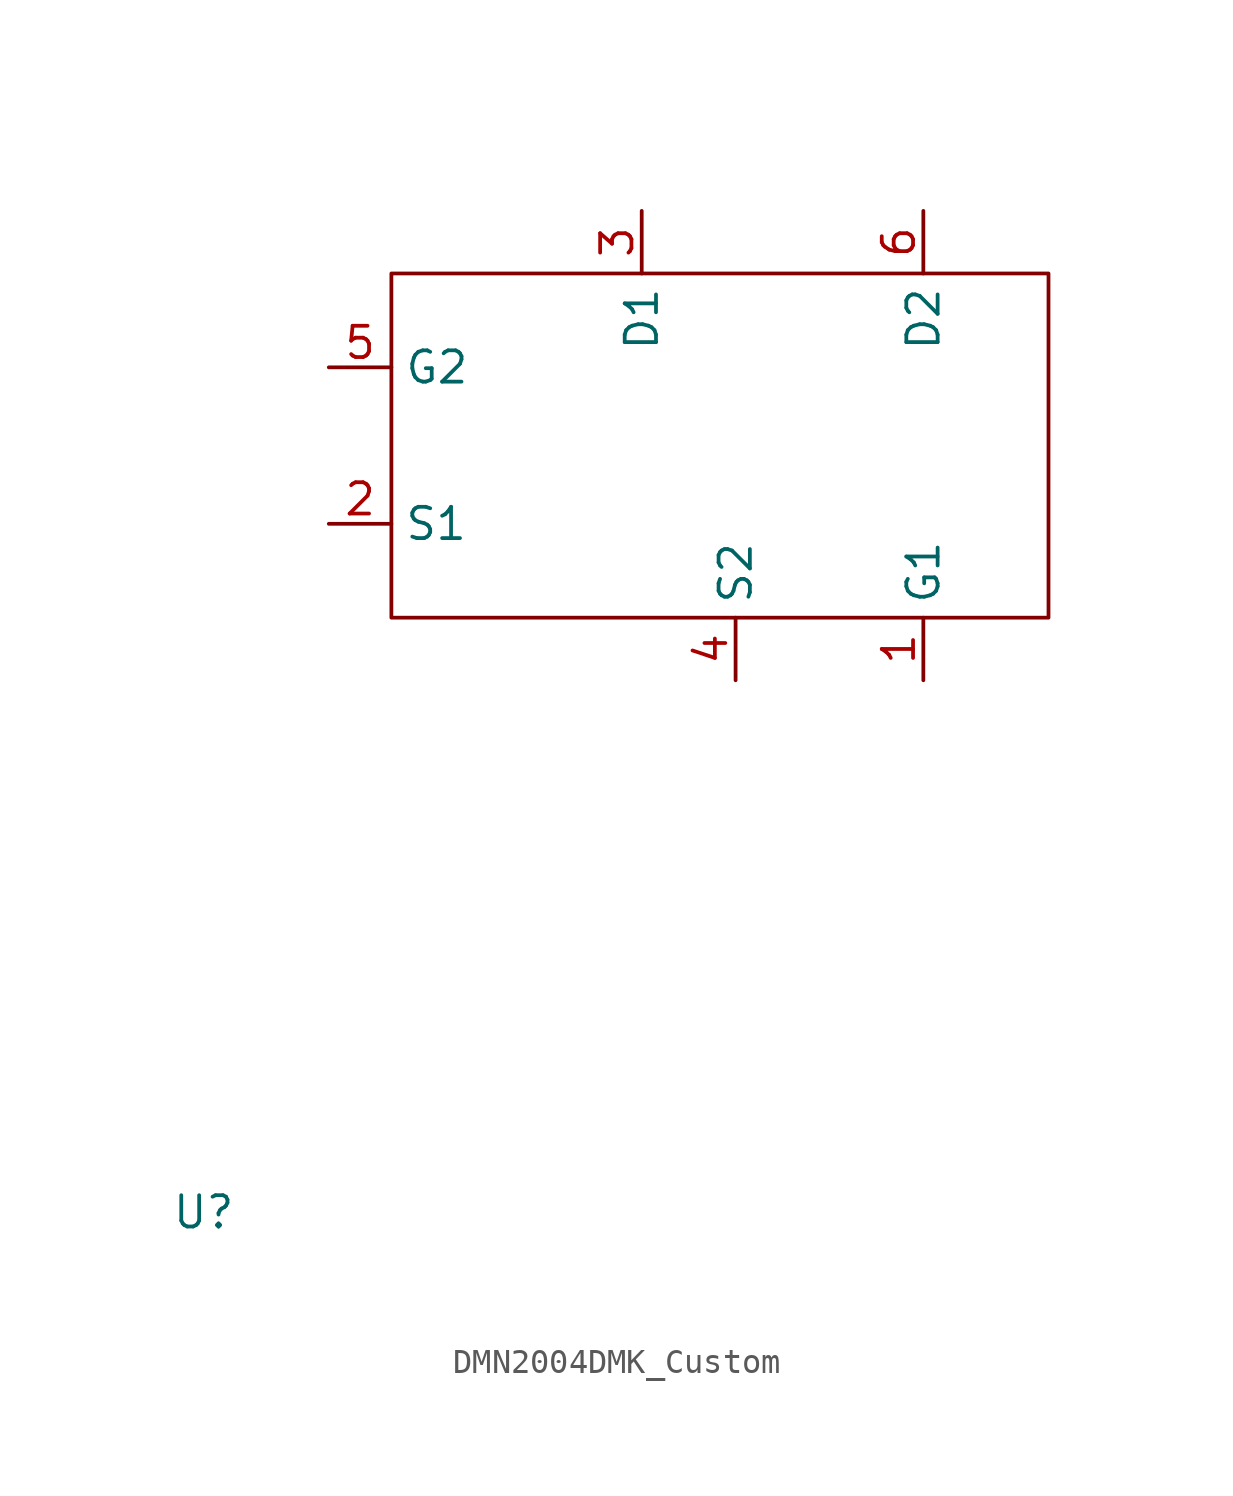
<source format=kicad_sym>
(kicad_symbol_lib
  (version 20231120)
  (generator "kicad_symbol_editor")
  (generator_version "8.0")
  (symbol "DMN2004DMK_Custom"
    (property "Reference" "U"
      (at 0 0 0)
      (effects (font (size 1.27 1.27))))
    (property "Value" ""
      (at 0 0 0)
      (effects (font (size 1.27 1.27))))
    (symbol "DMN2004DMK_Custom_0_1"
      (rectangle (start 7.62 38.1) (end 34.29 24.13) (stroke (width 0) (type default)) (fill (type none))))
    (symbol "DMN2004DMK_Custom_1_1"
      (pin input line (at 29.21 21.59 90) (length 2.54) (name "G1" (effects (font (size 1.27 1.27)))) (number "1" (effects (font (size 1.27 1.27)))))
      (pin passive line (at 5.08 27.94 0) (length 2.54) (name "S1" (effects (font (size 1.27 1.27)))) (number "2" (effects (font (size 1.27 1.27)))))
      (pin passive line (at 17.78 40.64 270) (length 2.54) (name "D1" (effects (font (size 1.27 1.27)))) (number "3" (effects (font (size 1.27 1.27)))))
      (pin passive line (at 21.59 21.59 90) (length 2.54) (name "S2" (effects (font (size 1.27 1.27)))) (number "4" (effects (font (size 1.27 1.27)))))
      (pin input line (at 5.08 34.29 0) (length 2.54) (name "G2" (effects (font (size 1.27 1.27)))) (number "5" (effects (font (size 1.27 1.27)))))
      (pin passive line (at 29.21 40.64 270) (length 2.54) (name "D2" (effects (font (size 1.27 1.27)))) (number "6" (effects (font (size 1.27 1.27))))))))
</source>
